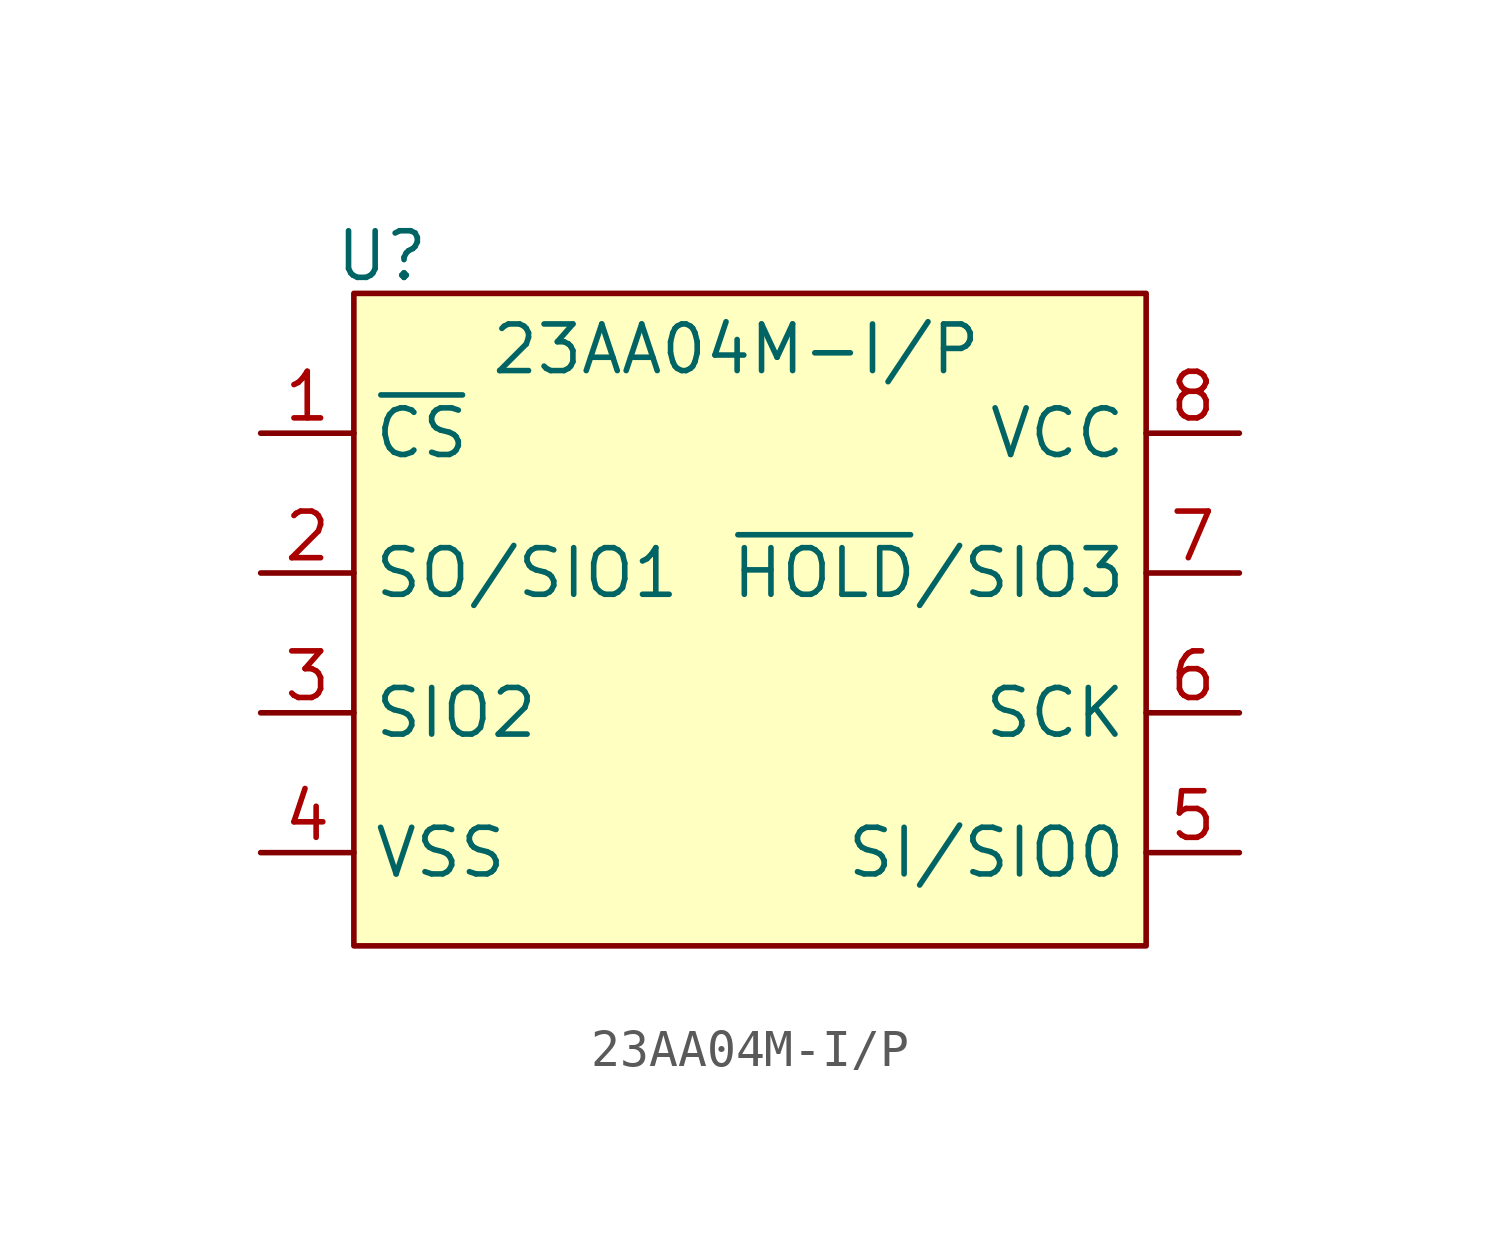
<source format=kicad_sym>
(kicad_symbol_lib
  (version 20231120)
  (generator "kicad_symbol_editor")
  (generator_version "8.0")
  (symbol "23AA04M-I/P"
    (property "Reference" "U"
      (at 0.762 4.826 0)
      (effects (font (size 1.27 1.27))))
    (property "Value" "23AA04M-I/P"
      (at 10.414 2.286 0)
      (effects (font (size 1.27 1.27))))
    (symbol "23AA04M-I/P_1_1"
      (rectangle (start 0 3.81) (end 21.59 -13.97) (stroke (width 0) (type default)) (fill (type background)))
      (pin input line (at -2.54 0 0) (length 2.54) (name "~{CS}" (effects (font (size 1.27 1.27)))) (number "1" (effects (font (size 1.27 1.27)))))
      (pin bidirectional line (at -2.54 -3.81 0) (length 2.54) (name "SO/SIO1" (effects (font (size 1.27 1.27)))) (number "2" (effects (font (size 1.27 1.27)))))
      (pin bidirectional line (at -2.54 -7.62 0) (length 2.54) (name "SIO2" (effects (font (size 1.27 1.27)))) (number "3" (effects (font (size 1.27 1.27)))))
      (pin power_in line (at -2.54 -11.43 0) (length 2.54) (name "VSS" (effects (font (size 1.27 1.27)))) (number "4" (effects (font (size 1.27 1.27)))))
      (pin bidirectional line (at 24.13 -11.43 180) (length 2.54) (name "SI/SIO0" (effects (font (size 1.27 1.27)))) (number "5" (effects (font (size 1.27 1.27)))))
      (pin input line (at 24.13 -7.62 180) (length 2.54) (name "SCK" (effects (font (size 1.27 1.27)))) (number "6" (effects (font (size 1.27 1.27)))))
      (pin bidirectional line (at 24.13 -3.81 180) (length 2.54) (name "~{HOLD}/SIO3" (effects (font (size 1.27 1.27)))) (number "7" (effects (font (size 1.27 1.27)))))
      (pin power_in line (at 24.13 0 180) (length 2.54) (name "VCC" (effects (font (size 1.27 1.27)))) (number "8" (effects (font (size 1.27 1.27))))))))
</source>
